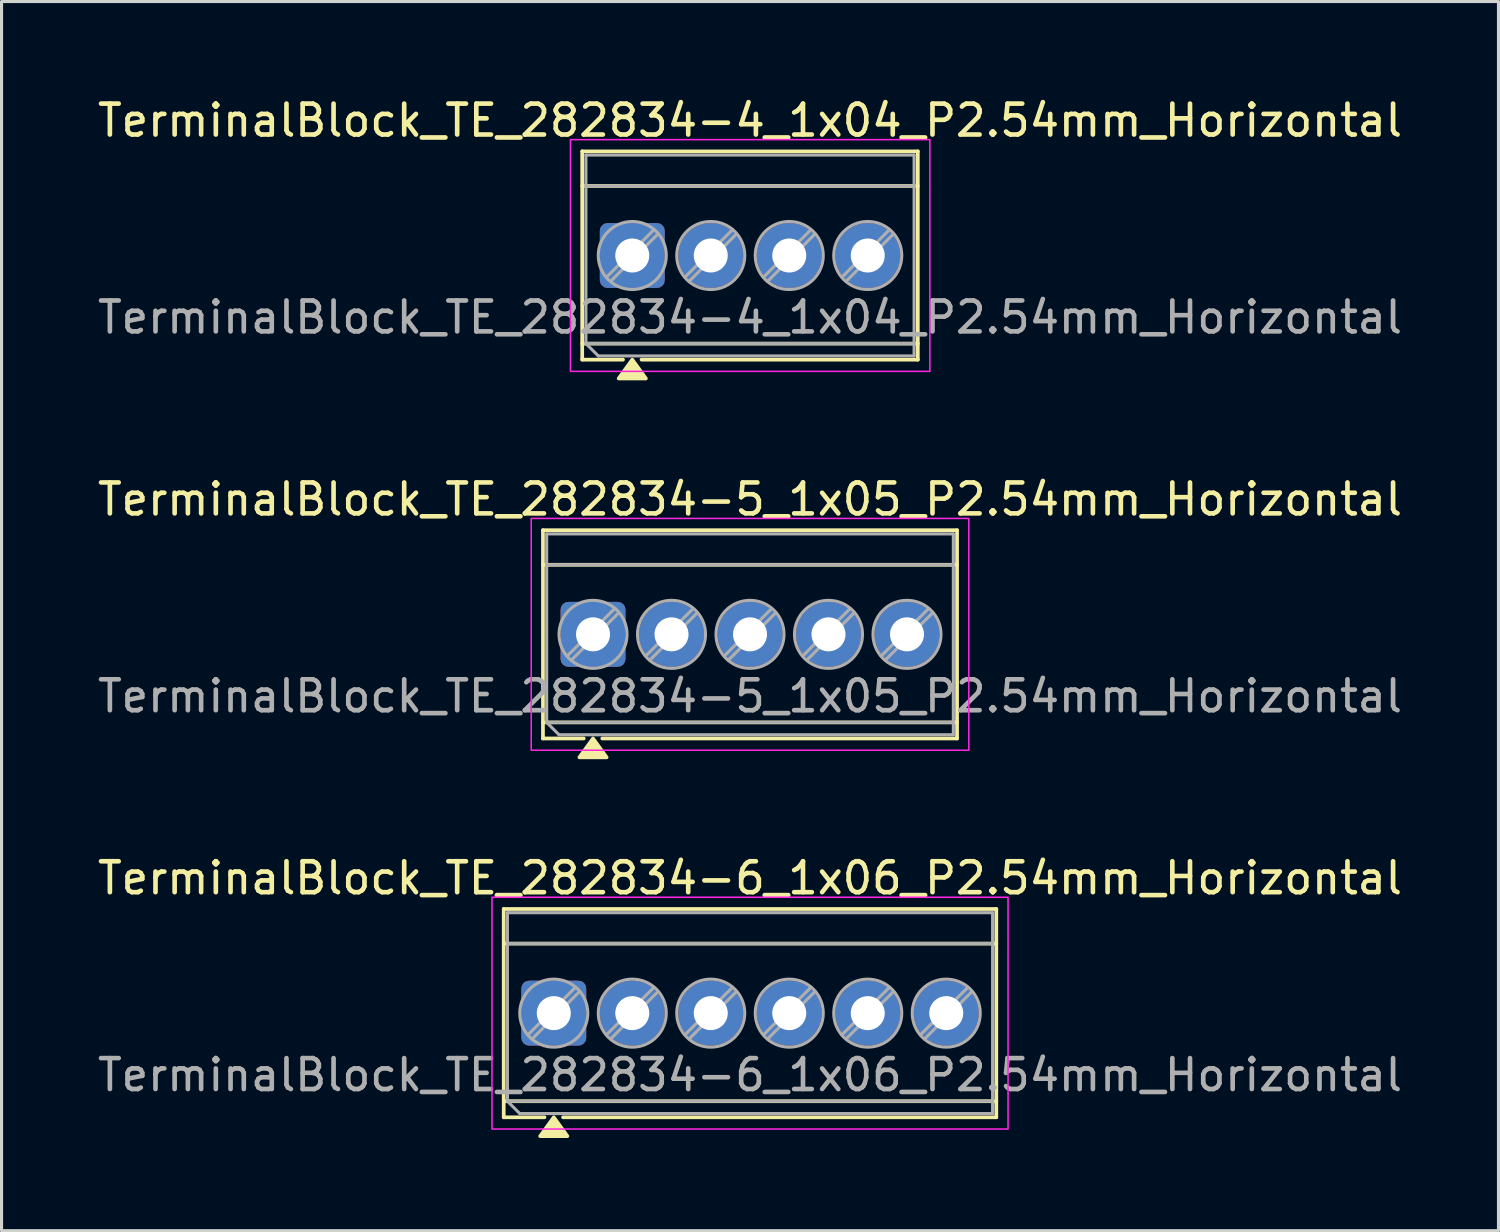
<source format=kicad_pcb>
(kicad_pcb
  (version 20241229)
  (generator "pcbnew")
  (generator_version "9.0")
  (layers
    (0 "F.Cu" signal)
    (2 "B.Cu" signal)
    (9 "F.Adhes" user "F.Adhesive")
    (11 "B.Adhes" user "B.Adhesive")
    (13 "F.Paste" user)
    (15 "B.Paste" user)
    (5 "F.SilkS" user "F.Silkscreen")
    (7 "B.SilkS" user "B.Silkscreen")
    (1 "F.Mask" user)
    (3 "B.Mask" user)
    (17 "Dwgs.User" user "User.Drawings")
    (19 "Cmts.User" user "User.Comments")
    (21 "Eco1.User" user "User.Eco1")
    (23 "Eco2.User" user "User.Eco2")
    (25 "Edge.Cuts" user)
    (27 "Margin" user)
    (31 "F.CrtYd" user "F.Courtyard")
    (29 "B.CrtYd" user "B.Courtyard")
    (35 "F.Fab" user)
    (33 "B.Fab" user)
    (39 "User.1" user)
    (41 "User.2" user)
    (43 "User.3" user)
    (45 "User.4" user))
  (footprint "TerminalBlock_TE_282834-6_1x06_P2.54mm_Horizontal"
    (layer "F.Cu")
    (at 14.87 29.735)
    (property "Reference" "TerminalBlock_TE_282834-6_1x06_P2.54mm_Horizontal" (at 6.35 -4.37 0) (layer "F.SilkS") (effects (font (size 1 1) (thickness 0.15))))
    (attr through_hole)
    (fp_line (start -1.62 -3.37) (end 14.32 -3.37) (stroke (width 0.12) (type solid)) (layer "F.SilkS"))
    (fp_line (start -1.62 -2.25) (end 14.32 -2.25) (stroke (width 0.12) (type solid)) (layer "F.SilkS"))
    (fp_line (start -1.62 2.85) (end 14.32 2.85) (stroke (width 0.12) (type solid)) (layer "F.SilkS"))
    (fp_line (start -1.62 3.37) (end -1.62 -3.37) (stroke (width 0.12) (type solid)) (layer "F.SilkS"))
    (fp_line (start -0.3 3.37) (end -1.62 3.37) (stroke (width 0.12) (type solid)) (layer "F.SilkS"))
    (fp_line (start 14.32 -3.37) (end 14.32 3.37) (stroke (width 0.12) (type solid)) (layer "F.SilkS"))
    (fp_line (start 14.32 3.37) (end 0.3 3.37) (stroke (width 0.12) (type solid)) (layer "F.SilkS"))
    (fp_poly (pts (xy 0 3.37) (xy 0.44 3.98) (xy -0.44 3.98)) (stroke (width 0.12) (type solid)) (fill yes) (layer "F.SilkS"))
    (fp_rect (start -2 -3.75) (end 14.7 3.75) (stroke (width 0.05) (type solid)) (fill no) (layer "F.CrtYd"))
    (fp_line (start -1.5 -3.25) (end 14.2 -3.25) (stroke (width 0.1) (type solid)) (layer "F.Fab"))
    (fp_line (start -1.5 -2.25) (end 14.2 -2.25) (stroke (width 0.1) (type solid)) (layer "F.Fab"))
    (fp_line (start -1.5 2.85) (end -1.5 -3.25) (stroke (width 0.1) (type solid)) (layer "F.Fab"))
    (fp_line (start -1.5 2.85) (end 14.2 2.85) (stroke (width 0.1) (type solid)) (layer "F.Fab"))
    (fp_line (start -1.1 3.25) (end -1.5 2.85) (stroke (width 0.1) (type solid)) (layer "F.Fab"))
    (fp_line (start 0.7 -0.834) (end -0.834 0.7) (stroke (width 0.1) (type solid)) (layer "F.Fab"))
    (fp_line (start 0.834 -0.7) (end -0.7 0.834) (stroke (width 0.1) (type solid)) (layer "F.Fab"))
    (fp_line (start 3.24 -0.834) (end 1.706 0.7) (stroke (width 0.1) (type solid)) (layer "F.Fab"))
    (fp_line (start 3.374 -0.7) (end 1.84 0.834) (stroke (width 0.1) (type solid)) (layer "F.Fab"))
    (fp_line (start 5.78 -0.834) (end 4.246 0.7) (stroke (width 0.1) (type solid)) (layer "F.Fab"))
    (fp_line (start 5.914 -0.7) (end 4.38 0.834) (stroke (width 0.1) (type solid)) (layer "F.Fab"))
    (fp_line (start 8.32 -0.834) (end 6.786 0.7) (stroke (width 0.1) (type solid)) (layer "F.Fab"))
    (fp_line (start 8.454 -0.7) (end 6.92 0.834) (stroke (width 0.1) (type solid)) (layer "F.Fab"))
    (fp_line (start 10.86 -0.834) (end 9.326 0.7) (stroke (width 0.1) (type solid)) (layer "F.Fab"))
    (fp_line (start 10.994 -0.7) (end 9.46 0.834) (stroke (width 0.1) (type solid)) (layer "F.Fab"))
    (fp_line (start 13.4 -0.834) (end 11.866 0.7) (stroke (width 0.1) (type solid)) (layer "F.Fab"))
    (fp_line (start 13.534 -0.7) (end 12 0.834) (stroke (width 0.1) (type solid)) (layer "F.Fab"))
    (fp_line (start 14.2 -3.25) (end 14.2 3.25) (stroke (width 0.1) (type solid)) (layer "F.Fab"))
    (fp_line (start 14.2 3.25) (end -1.1 3.25) (stroke (width 0.1) (type solid)) (layer "F.Fab"))
    (fp_circle (center 0 0) (end 1.1 0) (stroke (width 0.1) (type solid)) (fill no) (layer "F.Fab"))
    (fp_circle (center 2.54 0) (end 3.64 0) (stroke (width 0.1) (type solid)) (fill no) (layer "F.Fab"))
    (fp_circle (center 5.08 0) (end 6.18 0) (stroke (width 0.1) (type solid)) (fill no) (layer "F.Fab"))
    (fp_circle (center 7.62 0) (end 8.72 0) (stroke (width 0.1) (type solid)) (fill no) (layer "F.Fab"))
    (fp_circle (center 10.16 0) (end 11.26 0) (stroke (width 0.1) (type solid)) (fill no) (layer "F.Fab"))
    (fp_circle (center 12.7 0) (end 13.8 0) (stroke (width 0.1) (type solid)) (fill no) (layer "F.Fab"))
    (fp_text user "${REFERENCE}" (at 6.35 2 0) (layer "F.Fab") (effects (font (size 1 1) (thickness 0.15))))
    (pad "1" thru_hole roundrect (at 0 0) (size 2.1 2.1) (drill 1.1) (layers "*.Cu" "*.Mask") (roundrect_rratio 0.119))
    (pad "2" thru_hole circle (at 2.54 0) (size 2.1 2.1) (drill 1.1) (layers "*.Cu" "*.Mask"))
    (pad "3" thru_hole circle (at 5.08 0) (size 2.1 2.1) (drill 1.1) (layers "*.Cu" "*.Mask"))
    (pad "4" thru_hole circle (at 7.62 0) (size 2.1 2.1) (drill 1.1) (layers "*.Cu" "*.Mask"))
    (pad "5" thru_hole circle (at 10.16 0) (size 2.1 2.1) (drill 1.1) (layers "*.Cu" "*.Mask"))
    (pad "6" thru_hole circle (at 12.7 0) (size 2.1 2.1) (drill 1.1) (layers "*.Cu" "*.Mask")))
  (footprint "TerminalBlock_TE_282834-4_1x04_P2.54mm_Horizontal"
    (layer "F.Cu")
    (at 17.41 5.218)
    (property "Reference" "TerminalBlock_TE_282834-4_1x04_P2.54mm_Horizontal" (at 3.81 -4.37 0) (layer "F.SilkS") (effects (font (size 1 1) (thickness 0.15))))
    (attr through_hole)
    (fp_line (start -1.62 -3.37) (end 9.24 -3.37) (stroke (width 0.12) (type solid)) (layer "F.SilkS"))
    (fp_line (start -1.62 -2.25) (end 9.24 -2.25) (stroke (width 0.12) (type solid)) (layer "F.SilkS"))
    (fp_line (start -1.62 2.85) (end 9.24 2.85) (stroke (width 0.12) (type solid)) (layer "F.SilkS"))
    (fp_line (start -1.62 3.37) (end -1.62 -3.37) (stroke (width 0.12) (type solid)) (layer "F.SilkS"))
    (fp_line (start -0.3 3.37) (end -1.62 3.37) (stroke (width 0.12) (type solid)) (layer "F.SilkS"))
    (fp_line (start 9.24 -3.37) (end 9.24 3.37) (stroke (width 0.12) (type solid)) (layer "F.SilkS"))
    (fp_line (start 9.24 3.37) (end 0.3 3.37) (stroke (width 0.12) (type solid)) (layer "F.SilkS"))
    (fp_poly (pts (xy 0 3.37) (xy 0.44 3.98) (xy -0.44 3.98)) (stroke (width 0.12) (type solid)) (fill yes) (layer "F.SilkS"))
    (fp_rect (start -2 -3.75) (end 9.63 3.75) (stroke (width 0.05) (type solid)) (fill no) (layer "F.CrtYd"))
    (fp_line (start -1.5 -3.25) (end 9.12 -3.25) (stroke (width 0.1) (type solid)) (layer "F.Fab"))
    (fp_line (start -1.5 -2.25) (end 9.12 -2.25) (stroke (width 0.1) (type solid)) (layer "F.Fab"))
    (fp_line (start -1.5 2.85) (end -1.5 -3.25) (stroke (width 0.1) (type solid)) (layer "F.Fab"))
    (fp_line (start -1.5 2.85) (end 9.12 2.85) (stroke (width 0.1) (type solid)) (layer "F.Fab"))
    (fp_line (start -1.1 3.25) (end -1.5 2.85) (stroke (width 0.1) (type solid)) (layer "F.Fab"))
    (fp_line (start 0.7 -0.834) (end -0.834 0.7) (stroke (width 0.1) (type solid)) (layer "F.Fab"))
    (fp_line (start 0.834 -0.7) (end -0.7 0.834) (stroke (width 0.1) (type solid)) (layer "F.Fab"))
    (fp_line (start 3.24 -0.834) (end 1.706 0.7) (stroke (width 0.1) (type solid)) (layer "F.Fab"))
    (fp_line (start 3.374 -0.7) (end 1.84 0.834) (stroke (width 0.1) (type solid)) (layer "F.Fab"))
    (fp_line (start 5.78 -0.834) (end 4.246 0.7) (stroke (width 0.1) (type solid)) (layer "F.Fab"))
    (fp_line (start 5.914 -0.7) (end 4.38 0.834) (stroke (width 0.1) (type solid)) (layer "F.Fab"))
    (fp_line (start 8.32 -0.834) (end 6.786 0.7) (stroke (width 0.1) (type solid)) (layer "F.Fab"))
    (fp_line (start 8.454 -0.7) (end 6.92 0.834) (stroke (width 0.1) (type solid)) (layer "F.Fab"))
    (fp_line (start 9.12 -3.25) (end 9.12 3.25) (stroke (width 0.1) (type solid)) (layer "F.Fab"))
    (fp_line (start 9.12 3.25) (end -1.1 3.25) (stroke (width 0.1) (type solid)) (layer "F.Fab"))
    (fp_circle (center 0 0) (end 1.1 0) (stroke (width 0.1) (type solid)) (fill no) (layer "F.Fab"))
    (fp_circle (center 2.54 0) (end 3.64 0) (stroke (width 0.1) (type solid)) (fill no) (layer "F.Fab"))
    (fp_circle (center 5.08 0) (end 6.18 0) (stroke (width 0.1) (type solid)) (fill no) (layer "F.Fab"))
    (fp_circle (center 7.62 0) (end 8.72 0) (stroke (width 0.1) (type solid)) (fill no) (layer "F.Fab"))
    (fp_text user "${REFERENCE}" (at 3.81 2 0) (layer "F.Fab") (effects (font (size 1 1) (thickness 0.15))))
    (pad "1" thru_hole roundrect (at 0 0) (size 2.1 2.1) (drill 1.1) (layers "*.Cu" "*.Mask") (roundrect_rratio 0.119))
    (pad "2" thru_hole circle (at 2.54 0) (size 2.1 2.1) (drill 1.1) (layers "*.Cu" "*.Mask"))
    (pad "3" thru_hole circle (at 5.08 0) (size 2.1 2.1) (drill 1.1) (layers "*.Cu" "*.Mask"))
    (pad "4" thru_hole circle (at 7.62 0) (size 2.1 2.1) (drill 1.1) (layers "*.Cu" "*.Mask")))
  (footprint "TerminalBlock_TE_282834-5_1x05_P2.54mm_Horizontal"
    (layer "F.Cu")
    (at 16.14 17.477)
    (property "Reference" "TerminalBlock_TE_282834-5_1x05_P2.54mm_Horizontal" (at 5.08 -4.37 0) (layer "F.SilkS") (effects (font (size 1 1) (thickness 0.15))))
    (attr through_hole)
    (fp_line (start -1.62 -3.37) (end 11.78 -3.37) (stroke (width 0.12) (type solid)) (layer "F.SilkS"))
    (fp_line (start -1.62 -2.25) (end 11.78 -2.25) (stroke (width 0.12) (type solid)) (layer "F.SilkS"))
    (fp_line (start -1.62 2.85) (end 11.78 2.85) (stroke (width 0.12) (type solid)) (layer "F.SilkS"))
    (fp_line (start -1.62 3.37) (end -1.62 -3.37) (stroke (width 0.12) (type solid)) (layer "F.SilkS"))
    (fp_line (start -0.3 3.37) (end -1.62 3.37) (stroke (width 0.12) (type solid)) (layer "F.SilkS"))
    (fp_line (start 11.78 -3.37) (end 11.78 3.37) (stroke (width 0.12) (type solid)) (layer "F.SilkS"))
    (fp_line (start 11.78 3.37) (end 0.3 3.37) (stroke (width 0.12) (type solid)) (layer "F.SilkS"))
    (fp_poly (pts (xy 0 3.37) (xy 0.44 3.98) (xy -0.44 3.98)) (stroke (width 0.12) (type solid)) (fill yes) (layer "F.SilkS"))
    (fp_rect (start -2 -3.75) (end 12.16 3.75) (stroke (width 0.05) (type solid)) (fill no) (layer "F.CrtYd"))
    (fp_line (start -1.5 -3.25) (end 11.66 -3.25) (stroke (width 0.1) (type solid)) (layer "F.Fab"))
    (fp_line (start -1.5 -2.25) (end 11.66 -2.25) (stroke (width 0.1) (type solid)) (layer "F.Fab"))
    (fp_line (start -1.5 2.85) (end -1.5 -3.25) (stroke (width 0.1) (type solid)) (layer "F.Fab"))
    (fp_line (start -1.5 2.85) (end 11.66 2.85) (stroke (width 0.1) (type solid)) (layer "F.Fab"))
    (fp_line (start -1.1 3.25) (end -1.5 2.85) (stroke (width 0.1) (type solid)) (layer "F.Fab"))
    (fp_line (start 0.7 -0.834) (end -0.834 0.7) (stroke (width 0.1) (type solid)) (layer "F.Fab"))
    (fp_line (start 0.834 -0.7) (end -0.7 0.834) (stroke (width 0.1) (type solid)) (layer "F.Fab"))
    (fp_line (start 3.24 -0.834) (end 1.706 0.7) (stroke (width 0.1) (type solid)) (layer "F.Fab"))
    (fp_line (start 3.374 -0.7) (end 1.84 0.834) (stroke (width 0.1) (type solid)) (layer "F.Fab"))
    (fp_line (start 5.78 -0.834) (end 4.246 0.7) (stroke (width 0.1) (type solid)) (layer "F.Fab"))
    (fp_line (start 5.914 -0.7) (end 4.38 0.834) (stroke (width 0.1) (type solid)) (layer "F.Fab"))
    (fp_line (start 8.32 -0.834) (end 6.786 0.7) (stroke (width 0.1) (type solid)) (layer "F.Fab"))
    (fp_line (start 8.454 -0.7) (end 6.92 0.834) (stroke (width 0.1) (type solid)) (layer "F.Fab"))
    (fp_line (start 10.86 -0.834) (end 9.326 0.7) (stroke (width 0.1) (type solid)) (layer "F.Fab"))
    (fp_line (start 10.994 -0.7) (end 9.46 0.834) (stroke (width 0.1) (type solid)) (layer "F.Fab"))
    (fp_line (start 11.66 -3.25) (end 11.66 3.25) (stroke (width 0.1) (type solid)) (layer "F.Fab"))
    (fp_line (start 11.66 3.25) (end -1.1 3.25) (stroke (width 0.1) (type solid)) (layer "F.Fab"))
    (fp_circle (center 0 0) (end 1.1 0) (stroke (width 0.1) (type solid)) (fill no) (layer "F.Fab"))
    (fp_circle (center 2.54 0) (end 3.64 0) (stroke (width 0.1) (type solid)) (fill no) (layer "F.Fab"))
    (fp_circle (center 5.08 0) (end 6.18 0) (stroke (width 0.1) (type solid)) (fill no) (layer "F.Fab"))
    (fp_circle (center 7.62 0) (end 8.72 0) (stroke (width 0.1) (type solid)) (fill no) (layer "F.Fab"))
    (fp_circle (center 10.16 0) (end 11.26 0) (stroke (width 0.1) (type solid)) (fill no) (layer "F.Fab"))
    (fp_text user "${REFERENCE}" (at 5.08 2 0) (layer "F.Fab") (effects (font (size 1 1) (thickness 0.15))))
    (pad "1" thru_hole roundrect (at 0 0) (size 2.1 2.1) (drill 1.1) (layers "*.Cu" "*.Mask") (roundrect_rratio 0.119))
    (pad "2" thru_hole circle (at 2.54 0) (size 2.1 2.1) (drill 1.1) (layers "*.Cu" "*.Mask"))
    (pad "3" thru_hole circle (at 5.08 0) (size 2.1 2.1) (drill 1.1) (layers "*.Cu" "*.Mask"))
    (pad "4" thru_hole circle (at 7.62 0) (size 2.1 2.1) (drill 1.1) (layers "*.Cu" "*.Mask"))
    (pad "5" thru_hole circle (at 10.16 0) (size 2.1 2.1) (drill 1.1) (layers "*.Cu" "*.Mask")))
  (gr_rect
    (start -3 -3)
    (end 45.44 36.775)
    (stroke (width 0.1) (type default))
    (fill no)
    (layer "Edge.Cuts")))
</source>
